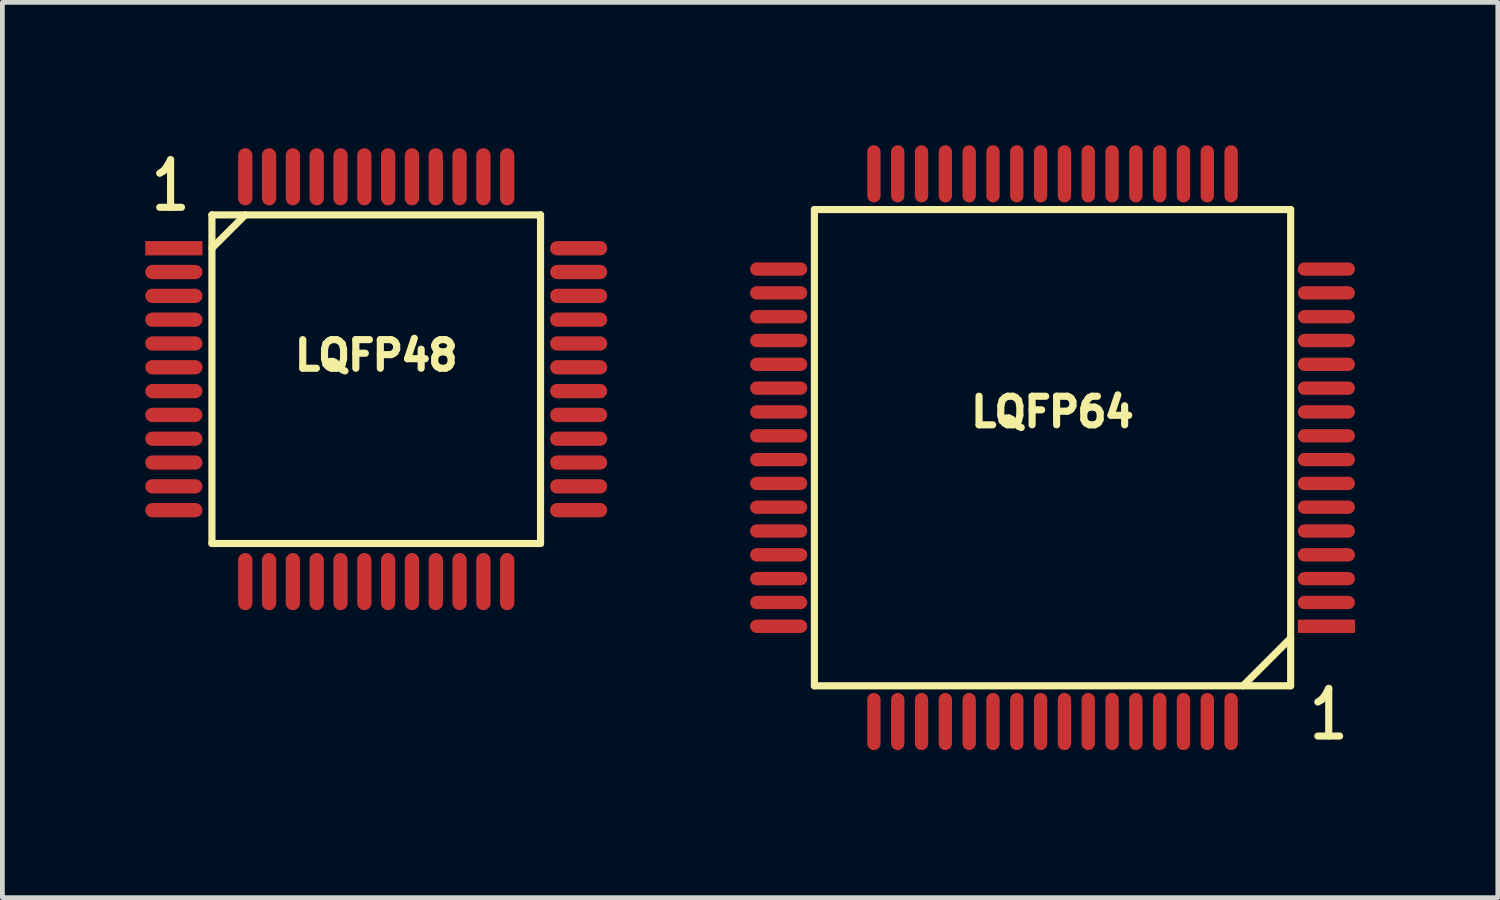
<source format=kicad_pcb>
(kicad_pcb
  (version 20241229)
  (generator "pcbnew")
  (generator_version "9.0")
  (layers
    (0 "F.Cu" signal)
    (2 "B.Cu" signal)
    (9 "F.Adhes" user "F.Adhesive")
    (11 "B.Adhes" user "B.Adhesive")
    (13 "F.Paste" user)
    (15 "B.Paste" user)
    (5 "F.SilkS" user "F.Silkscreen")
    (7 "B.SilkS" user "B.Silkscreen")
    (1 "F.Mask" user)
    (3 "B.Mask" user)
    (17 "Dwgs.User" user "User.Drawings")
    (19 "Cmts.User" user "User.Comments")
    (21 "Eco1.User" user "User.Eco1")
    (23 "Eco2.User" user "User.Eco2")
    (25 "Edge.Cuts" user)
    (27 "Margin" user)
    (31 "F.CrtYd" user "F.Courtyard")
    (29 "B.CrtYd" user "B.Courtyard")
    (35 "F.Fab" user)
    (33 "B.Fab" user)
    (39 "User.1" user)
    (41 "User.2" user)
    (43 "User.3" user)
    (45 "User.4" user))
  (footprint "LQFP48"
    (layer "F.Cu")
    (at 4.85 4.912)
    (property "Reference" "LQFP48" (at 0 -0.5 0) (layer "F.SilkS") (effects (font (size 0.6 0.6) (thickness 0.15))))
    (attr smd)
    (fp_line (start -3.45 -3.45) (end 3.45 -3.45) (stroke (width 0.15) (type solid)) (layer "F.SilkS"))
    (fp_line (start -3.45 -2.75) (end -2.75 -3.45) (stroke (width 0.15) (type solid)) (layer "F.SilkS"))
    (fp_line (start -3.45 3.45) (end -3.45 -3.45) (stroke (width 0.15) (type solid)) (layer "F.SilkS"))
    (fp_line (start 3.45 -3.45) (end 3.45 3.45) (stroke (width 0.15) (type solid)) (layer "F.SilkS"))
    (fp_line (start 3.45 3.45) (end -3.45 3.45) (stroke (width 0.15) (type solid)) (layer "F.SilkS"))
    (fp_text user "1" (at -4.318 -4.064 0) (layer "F.SilkS") (effects (font (size 1 0.8) (thickness 0.15))))
    (pad "1" smd rect (at -4.25 -2.75) (size 1.2 0.3) (layers "F.Cu" "F.Mask" "F.Paste"))
    (pad "2" smd oval (at -4.25 -2.25) (size 1.2 0.3) (layers "F.Cu" "F.Mask" "F.Paste"))
    (pad "3" smd oval (at -4.25 -1.75) (size 1.2 0.3) (layers "F.Cu" "F.Mask" "F.Paste"))
    (pad "4" smd oval (at -4.25 -1.25) (size 1.2 0.3) (layers "F.Cu" "F.Mask" "F.Paste"))
    (pad "5" smd oval (at -4.25 -0.75) (size 1.2 0.3) (layers "F.Cu" "F.Mask" "F.Paste"))
    (pad "6" smd oval (at -4.25 -0.25) (size 1.2 0.3) (layers "F.Cu" "F.Mask" "F.Paste"))
    (pad "7" smd oval (at -4.25 0.25) (size 1.2 0.3) (layers "F.Cu" "F.Mask" "F.Paste"))
    (pad "8" smd oval (at -4.25 0.75) (size 1.2 0.3) (layers "F.Cu" "F.Mask" "F.Paste"))
    (pad "9" smd oval (at -4.25 1.25) (size 1.2 0.3) (layers "F.Cu" "F.Mask" "F.Paste"))
    (pad "10" smd oval (at -4.25 1.75) (size 1.2 0.3) (layers "F.Cu" "F.Mask" "F.Paste"))
    (pad "11" smd oval (at -4.25 2.25) (size 1.2 0.3) (layers "F.Cu" "F.Mask" "F.Paste"))
    (pad "12" smd oval (at -4.25 2.75) (size 1.2 0.3) (layers "F.Cu" "F.Mask" "F.Paste"))
    (pad "13" smd oval (at -2.75 4.25 90) (size 1.2 0.3) (layers "F.Cu" "F.Mask" "F.Paste"))
    (pad "14" smd oval (at -2.25 4.25 90) (size 1.2 0.3) (layers "F.Cu" "F.Mask" "F.Paste"))
    (pad "15" smd oval (at -1.75 4.25 90) (size 1.2 0.3) (layers "F.Cu" "F.Mask" "F.Paste"))
    (pad "16" smd oval (at -1.25 4.25 90) (size 1.2 0.3) (layers "F.Cu" "F.Mask" "F.Paste"))
    (pad "17" smd oval (at -0.75 4.25 90) (size 1.2 0.3) (layers "F.Cu" "F.Mask" "F.Paste"))
    (pad "18" smd oval (at -0.25 4.25 90) (size 1.2 0.3) (layers "F.Cu" "F.Mask" "F.Paste"))
    (pad "19" smd oval (at 0.25 4.25 90) (size 1.2 0.3) (layers "F.Cu" "F.Mask" "F.Paste"))
    (pad "20" smd oval (at 0.75 4.25 90) (size 1.2 0.3) (layers "F.Cu" "F.Mask" "F.Paste"))
    (pad "21" smd oval (at 1.25 4.25 90) (size 1.2 0.3) (layers "F.Cu" "F.Mask" "F.Paste"))
    (pad "22" smd oval (at 1.75 4.25 90) (size 1.2 0.3) (layers "F.Cu" "F.Mask" "F.Paste"))
    (pad "23" smd oval (at 2.25 4.25 90) (size 1.2 0.3) (layers "F.Cu" "F.Mask" "F.Paste"))
    (pad "24" smd oval (at 2.75 4.25 90) (size 1.2 0.3) (layers "F.Cu" "F.Mask" "F.Paste"))
    (pad "25" smd oval (at 4.25 2.75) (size 1.2 0.3) (layers "F.Cu" "F.Mask" "F.Paste"))
    (pad "26" smd oval (at 4.25 2.25) (size 1.2 0.3) (layers "F.Cu" "F.Mask" "F.Paste"))
    (pad "27" smd oval (at 4.25 1.75) (size 1.2 0.3) (layers "F.Cu" "F.Mask" "F.Paste"))
    (pad "28" smd oval (at 4.25 1.25) (size 1.2 0.3) (layers "F.Cu" "F.Mask" "F.Paste"))
    (pad "29" smd oval (at 4.25 0.75) (size 1.2 0.3) (layers "F.Cu" "F.Mask" "F.Paste"))
    (pad "30" smd oval (at 4.25 0.25) (size 1.2 0.3) (layers "F.Cu" "F.Mask" "F.Paste"))
    (pad "31" smd oval (at 4.25 -0.25) (size 1.2 0.3) (layers "F.Cu" "F.Mask" "F.Paste"))
    (pad "32" smd oval (at 4.25 -0.75) (size 1.2 0.3) (layers "F.Cu" "F.Mask" "F.Paste"))
    (pad "33" smd oval (at 4.25 -1.25) (size 1.2 0.3) (layers "F.Cu" "F.Mask" "F.Paste"))
    (pad "34" smd oval (at 4.25 -1.75) (size 1.2 0.3) (layers "F.Cu" "F.Mask" "F.Paste"))
    (pad "35" smd oval (at 4.25 -2.25) (size 1.2 0.3) (layers "F.Cu" "F.Mask" "F.Paste"))
    (pad "36" smd oval (at 4.25 -2.75) (size 1.2 0.3) (layers "F.Cu" "F.Mask" "F.Paste"))
    (pad "37" smd oval (at 2.75 -4.25 90) (size 1.2 0.3) (layers "F.Cu" "F.Mask" "F.Paste"))
    (pad "38" smd oval (at 2.25 -4.25 90) (size 1.2 0.3) (layers "F.Cu" "F.Mask" "F.Paste"))
    (pad "39" smd oval (at 1.75 -4.25 90) (size 1.2 0.3) (layers "F.Cu" "F.Mask" "F.Paste"))
    (pad "40" smd oval (at 1.25 -4.25 90) (size 1.2 0.3) (layers "F.Cu" "F.Mask" "F.Paste"))
    (pad "41" smd oval (at 0.75 -4.25 90) (size 1.2 0.3) (layers "F.Cu" "F.Mask" "F.Paste"))
    (pad "42" smd oval (at 0.25 -4.25 90) (size 1.2 0.3) (layers "F.Cu" "F.Mask" "F.Paste"))
    (pad "43" smd oval (at -0.25 -4.25 90) (size 1.2 0.3) (layers "F.Cu" "F.Mask" "F.Paste"))
    (pad "44" smd oval (at -0.75 -4.25 90) (size 1.2 0.3) (layers "F.Cu" "F.Mask" "F.Paste"))
    (pad "45" smd oval (at -1.25 -4.25 90) (size 1.2 0.3) (layers "F.Cu" "F.Mask" "F.Paste"))
    (pad "46" smd oval (at -1.75 -4.25 90) (size 1.2 0.3) (layers "F.Cu" "F.Mask" "F.Paste"))
    (pad "47" smd oval (at -2.25 -4.25 90) (size 1.2 0.3) (layers "F.Cu" "F.Mask" "F.Paste"))
    (pad "48" smd oval (at -2.75 -4.25 90) (size 1.2 0.3) (layers "F.Cu" "F.Mask" "F.Paste")))
  (footprint "LQFP64"
    (layer "F.Cu")
    (at 19.05 6.35)
    (property "Reference" "LQFP64" (at 0 -0.75 180) (layer "F.SilkS") (effects (font (size 0.6 0.6) (thickness 0.15))))
    (attr smd)
    (fp_line (start -5 -5) (end 5 -5) (stroke (width 0.15) (type solid)) (layer "F.SilkS"))
    (fp_line (start -5 5) (end -5 -5) (stroke (width 0.15) (type solid)) (layer "F.SilkS"))
    (fp_line (start 5 -5) (end 5 5) (stroke (width 0.15) (type solid)) (layer "F.SilkS"))
    (fp_line (start 5 4) (end 4 5) (stroke (width 0.15) (type solid)) (layer "F.SilkS"))
    (fp_line (start 5 5) (end -5 5) (stroke (width 0.15) (type solid)) (layer "F.SilkS"))
    (fp_text user "1" (at 5.8 5.6 180) (layer "F.SilkS") (effects (font (size 1 0.8) (thickness 0.15))))
    (pad "1" smd rect (at 5.75 3.75 180) (size 1.2 0.28) (layers "F.Cu" "F.Mask" "F.Paste"))
    (pad "2" smd oval (at 5.75 3.25 180) (size 1.2 0.28) (layers "F.Cu" "F.Mask" "F.Paste"))
    (pad "3" smd oval (at 5.75 2.75 180) (size 1.2 0.28) (layers "F.Cu" "F.Mask" "F.Paste"))
    (pad "4" smd oval (at 5.75 2.25 180) (size 1.2 0.28) (layers "F.Cu" "F.Mask" "F.Paste"))
    (pad "5" smd oval (at 5.75 1.75 180) (size 1.2 0.28) (layers "F.Cu" "F.Mask" "F.Paste"))
    (pad "6" smd oval (at 5.75 1.25 180) (size 1.2 0.28) (layers "F.Cu" "F.Mask" "F.Paste"))
    (pad "7" smd oval (at 5.75 0.75 180) (size 1.2 0.28) (layers "F.Cu" "F.Mask" "F.Paste"))
    (pad "8" smd oval (at 5.75 0.25 180) (size 1.2 0.28) (layers "F.Cu" "F.Mask" "F.Paste"))
    (pad "9" smd oval (at 5.75 -0.25 180) (size 1.2 0.28) (layers "F.Cu" "F.Mask" "F.Paste"))
    (pad "10" smd oval (at 5.75 -0.75 180) (size 1.2 0.28) (layers "F.Cu" "F.Mask" "F.Paste"))
    (pad "11" smd oval (at 5.75 -1.25 180) (size 1.2 0.28) (layers "F.Cu" "F.Mask" "F.Paste"))
    (pad "12" smd oval (at 5.75 -1.75 180) (size 1.2 0.28) (layers "F.Cu" "F.Mask" "F.Paste"))
    (pad "13" smd oval (at 5.75 -2.25 180) (size 1.2 0.28) (layers "F.Cu" "F.Mask" "F.Paste"))
    (pad "14" smd oval (at 5.75 -2.75 180) (size 1.2 0.28) (layers "F.Cu" "F.Mask" "F.Paste"))
    (pad "15" smd oval (at 5.75 -3.25 180) (size 1.2 0.28) (layers "F.Cu" "F.Mask" "F.Paste"))
    (pad "16" smd oval (at 5.75 -3.75 180) (size 1.2 0.28) (layers "F.Cu" "F.Mask" "F.Paste"))
    (pad "17" smd oval (at 3.75 -5.75 270) (size 1.2 0.28) (layers "F.Cu" "F.Mask" "F.Paste"))
    (pad "18" smd oval (at 3.25 -5.75 270) (size 1.2 0.28) (layers "F.Cu" "F.Mask" "F.Paste"))
    (pad "19" smd oval (at 2.75 -5.75 270) (size 1.2 0.28) (layers "F.Cu" "F.Mask" "F.Paste"))
    (pad "20" smd oval (at 2.25 -5.75 270) (size 1.2 0.28) (layers "F.Cu" "F.Mask" "F.Paste"))
    (pad "21" smd oval (at 1.75 -5.75 270) (size 1.2 0.28) (layers "F.Cu" "F.Mask" "F.Paste"))
    (pad "22" smd oval (at 1.25 -5.75 270) (size 1.2 0.28) (layers "F.Cu" "F.Mask" "F.Paste"))
    (pad "23" smd oval (at 0.75 -5.75 270) (size 1.2 0.28) (layers "F.Cu" "F.Mask" "F.Paste"))
    (pad "24" smd oval (at 0.25 -5.75 270) (size 1.2 0.28) (layers "F.Cu" "F.Mask" "F.Paste"))
    (pad "25" smd oval (at -0.25 -5.75 270) (size 1.2 0.28) (layers "F.Cu" "F.Mask" "F.Paste"))
    (pad "26" smd oval (at -0.75 -5.75 270) (size 1.2 0.28) (layers "F.Cu" "F.Mask" "F.Paste"))
    (pad "27" smd oval (at -1.25 -5.75 270) (size 1.2 0.28) (layers "F.Cu" "F.Mask" "F.Paste"))
    (pad "28" smd oval (at -1.75 -5.75 270) (size 1.2 0.28) (layers "F.Cu" "F.Mask" "F.Paste"))
    (pad "29" smd oval (at -2.25 -5.75 270) (size 1.2 0.28) (layers "F.Cu" "F.Mask" "F.Paste"))
    (pad "30" smd oval (at -2.75 -5.75 270) (size 1.2 0.28) (layers "F.Cu" "F.Mask" "F.Paste"))
    (pad "31" smd oval (at -3.25 -5.75 270) (size 1.2 0.28) (layers "F.Cu" "F.Mask" "F.Paste"))
    (pad "32" smd oval (at -3.75 -5.75 270) (size 1.2 0.28) (layers "F.Cu" "F.Mask" "F.Paste"))
    (pad "33" smd oval (at -5.75 -3.75 180) (size 1.2 0.28) (layers "F.Cu" "F.Mask" "F.Paste"))
    (pad "34" smd oval (at -5.75 -3.25 180) (size 1.2 0.28) (layers "F.Cu" "F.Mask" "F.Paste"))
    (pad "35" smd oval (at -5.75 -2.75 180) (size 1.2 0.28) (layers "F.Cu" "F.Mask" "F.Paste"))
    (pad "36" smd oval (at -5.75 -2.25 180) (size 1.2 0.28) (layers "F.Cu" "F.Mask" "F.Paste"))
    (pad "37" smd oval (at -5.75 -1.75 180) (size 1.2 0.28) (layers "F.Cu" "F.Mask" "F.Paste"))
    (pad "38" smd oval (at -5.75 -1.25 180) (size 1.2 0.28) (layers "F.Cu" "F.Mask" "F.Paste"))
    (pad "39" smd oval (at -5.75 -0.75 180) (size 1.2 0.28) (layers "F.Cu" "F.Mask" "F.Paste"))
    (pad "40" smd oval (at -5.75 -0.25 180) (size 1.2 0.28) (layers "F.Cu" "F.Mask" "F.Paste"))
    (pad "41" smd oval (at -5.75 0.25 180) (size 1.2 0.28) (layers "F.Cu" "F.Mask" "F.Paste"))
    (pad "42" smd oval (at -5.75 0.75 180) (size 1.2 0.28) (layers "F.Cu" "F.Mask" "F.Paste"))
    (pad "43" smd oval (at -5.75 1.25 180) (size 1.2 0.28) (layers "F.Cu" "F.Mask" "F.Paste"))
    (pad "44" smd oval (at -5.75 1.75 180) (size 1.2 0.28) (layers "F.Cu" "F.Mask" "F.Paste"))
    (pad "45" smd oval (at -5.75 2.25 180) (size 1.2 0.28) (layers "F.Cu" "F.Mask" "F.Paste"))
    (pad "46" smd oval (at -5.75 2.75 180) (size 1.2 0.28) (layers "F.Cu" "F.Mask" "F.Paste"))
    (pad "47" smd oval (at -5.75 3.25 180) (size 1.2 0.28) (layers "F.Cu" "F.Mask" "F.Paste"))
    (pad "48" smd oval (at -5.75 3.75 180) (size 1.2 0.28) (layers "F.Cu" "F.Mask" "F.Paste"))
    (pad "49" smd oval (at -3.75 5.75 270) (size 1.2 0.28) (layers "F.Cu" "F.Mask" "F.Paste"))
    (pad "50" smd oval (at -3.25 5.75 270) (size 1.2 0.28) (layers "F.Cu" "F.Mask" "F.Paste"))
    (pad "51" smd oval (at -2.75 5.75 270) (size 1.2 0.28) (layers "F.Cu" "F.Mask" "F.Paste"))
    (pad "52" smd oval (at -2.25 5.75 270) (size 1.2 0.28) (layers "F.Cu" "F.Mask" "F.Paste"))
    (pad "53" smd oval (at -1.75 5.75 270) (size 1.2 0.28) (layers "F.Cu" "F.Mask" "F.Paste"))
    (pad "54" smd oval (at -1.25 5.75 270) (size 1.2 0.28) (layers "F.Cu" "F.Mask" "F.Paste"))
    (pad "55" smd oval (at -0.75 5.75 270) (size 1.2 0.28) (layers "F.Cu" "F.Mask" "F.Paste"))
    (pad "56" smd oval (at -0.25 5.75 270) (size 1.2 0.28) (layers "F.Cu" "F.Mask" "F.Paste"))
    (pad "57" smd oval (at 0.25 5.75 270) (size 1.2 0.28) (layers "F.Cu" "F.Mask" "F.Paste"))
    (pad "58" smd oval (at 0.75 5.75 270) (size 1.2 0.28) (layers "F.Cu" "F.Mask" "F.Paste"))
    (pad "59" smd oval (at 1.25 5.75 270) (size 1.2 0.28) (layers "F.Cu" "F.Mask" "F.Paste"))
    (pad "60" smd oval (at 1.75 5.75 270) (size 1.2 0.28) (layers "F.Cu" "F.Mask" "F.Paste"))
    (pad "61" smd oval (at 2.25 5.75 270) (size 1.2 0.28) (layers "F.Cu" "F.Mask" "F.Paste"))
    (pad "62" smd oval (at 2.75 5.75 270) (size 1.2 0.28) (layers "F.Cu" "F.Mask" "F.Paste"))
    (pad "63" smd oval (at 3.25 5.75 270) (size 1.2 0.28) (layers "F.Cu" "F.Mask" "F.Paste"))
    (pad "64" smd oval (at 3.75 5.75 270) (size 1.2 0.28) (layers "F.Cu" "F.Mask" "F.Paste")))
  (gr_rect
    (start -3 -3)
    (end 28.4 15.798)
    (stroke (width 0.1) (type default))
    (fill no)
    (layer "Edge.Cuts")))
</source>
